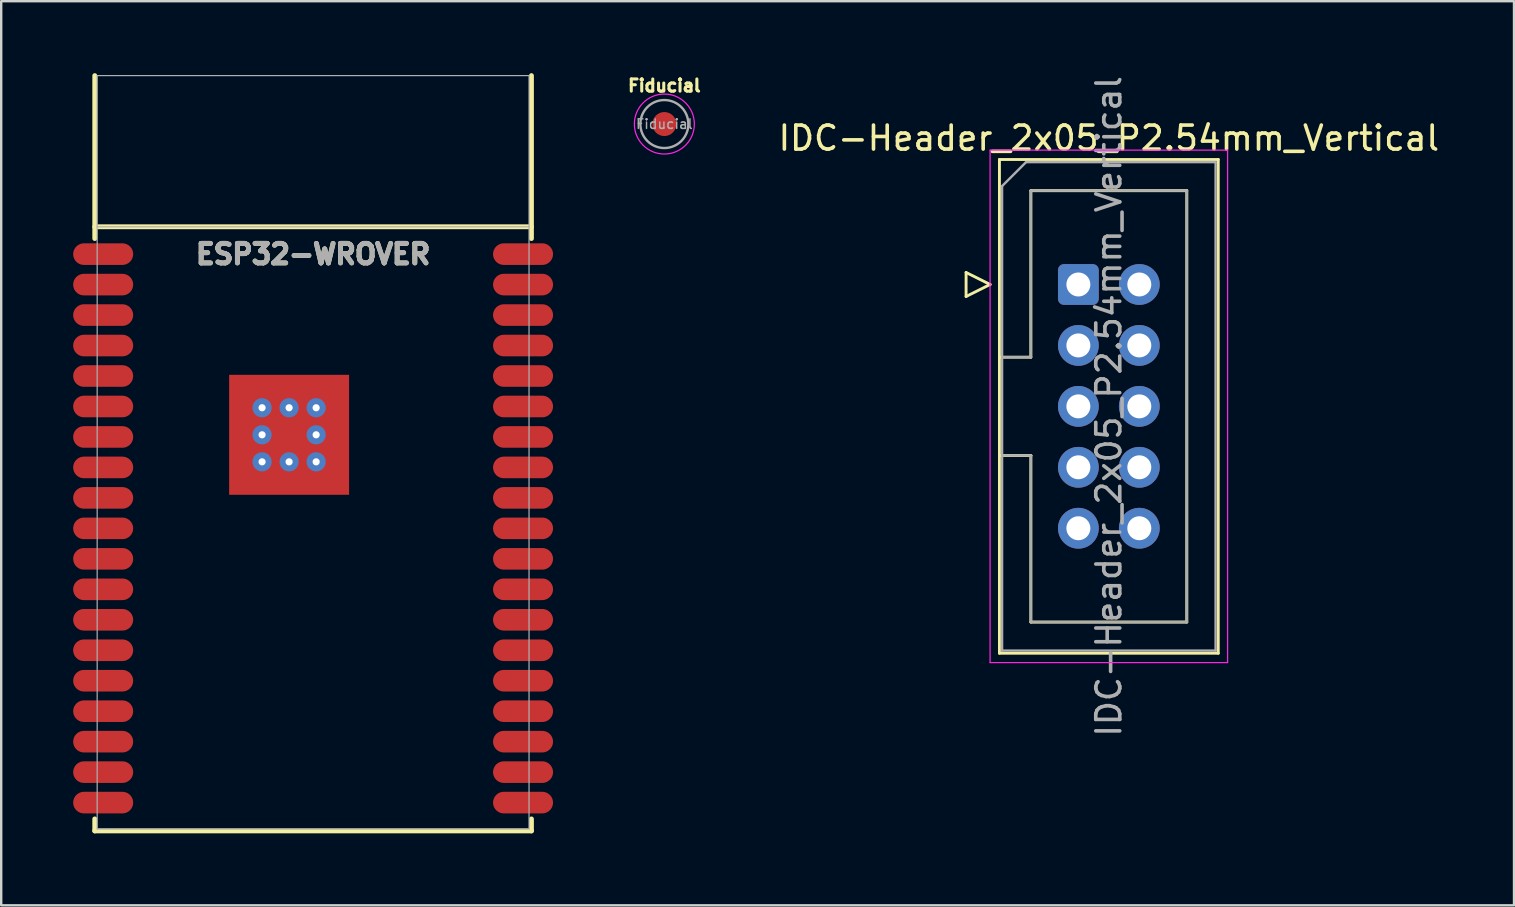
<source format=kicad_pcb>
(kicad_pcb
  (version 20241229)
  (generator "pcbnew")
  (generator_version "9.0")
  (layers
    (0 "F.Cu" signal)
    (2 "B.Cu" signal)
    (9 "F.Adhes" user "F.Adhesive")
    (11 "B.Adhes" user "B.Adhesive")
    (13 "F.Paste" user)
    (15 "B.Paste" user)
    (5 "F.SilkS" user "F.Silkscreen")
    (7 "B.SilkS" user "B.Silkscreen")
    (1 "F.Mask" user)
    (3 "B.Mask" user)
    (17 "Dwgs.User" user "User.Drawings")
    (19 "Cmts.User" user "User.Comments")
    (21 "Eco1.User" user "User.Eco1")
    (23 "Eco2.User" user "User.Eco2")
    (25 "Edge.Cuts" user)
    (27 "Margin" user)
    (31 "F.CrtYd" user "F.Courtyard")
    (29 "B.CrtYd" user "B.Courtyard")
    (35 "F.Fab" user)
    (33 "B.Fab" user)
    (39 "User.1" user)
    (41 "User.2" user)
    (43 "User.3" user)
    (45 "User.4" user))
  (footprint "Fiducial"
    (layer "F.Cu")
    (at 24.64 2.12)
    (property "Reference" "Fiducial" (at 0 -1.6 0) (layer "F.SilkS") (effects (font (size 0.508 0.508) (thickness 0.127))))
    (attr exclude_from_pos_files exclude_from_bom)
    (fp_circle (center 0 0) (end 1.25 0) (stroke (width 0.05) (type solid)) (fill no) (layer "F.CrtYd"))
    (fp_circle (center 0 0) (end 1 0) (stroke (width 0.1) (type solid)) (fill no) (layer "F.Fab"))
    (fp_text user "${REFERENCE}" (at 0 0 0) (layer "F.Fab") (effects (font (size 0.4 0.4) (thickness 0.06))))
    (pad "~" smd circle (at 0 0) (size 1 1) (layers "F.Cu" "F.Mask")))
  (footprint "ESP32-WROVER"
    (layer "F.Cu")
    (at 10 7.542)
    (property "Reference" "ESP32-WROVER" (at 0 0 0) (layer "F.Fab") (effects (font (size 0.813 0.813) (thickness 0.203))))
    (attr smd)
    (fp_line (start -9.1 -1.14) (end 9.1 -1.14) (stroke (width 0.203) (type solid)) (layer "F.SilkS"))
    (fp_line (start -9.1 -0.65) (end -9.1 -7.44) (stroke (width 0.203) (type solid)) (layer "F.SilkS"))
    (fp_line (start -9.1 24.04) (end -9.1 23.54) (stroke (width 0.203) (type solid)) (layer "F.SilkS"))
    (fp_line (start 9.1 -0.65) (end 9.1 -7.44) (stroke (width 0.203) (type solid)) (layer "F.SilkS"))
    (fp_line (start 9.1 24.04) (end -9.1 24.04) (stroke (width 0.203) (type solid)) (layer "F.SilkS"))
    (fp_line (start 9.1 24.04) (end 9.1 23.54) (stroke (width 0.203) (type solid)) (layer "F.SilkS"))
    (fp_line (start -9 -7.44) (end -9 23.96) (stroke (width 0.05) (type solid)) (layer "F.Fab"))
    (fp_line (start -9 -1.14) (end 9 -1.14) (stroke (width 0.05) (type solid)) (layer "F.Fab"))
    (fp_line (start -9 23.96) (end 9 23.96) (stroke (width 0.05) (type solid)) (layer "F.Fab"))
    (fp_line (start 9 -7.44) (end -9 -7.44) (stroke (width 0.05) (type solid)) (layer "F.Fab"))
    (fp_line (start 9 23.96) (end 9 -7.44) (stroke (width 0.05) (type solid)) (layer "F.Fab"))
    (fp_text user "${REFERENCE}" (at 0 0 0) (layer "F.SilkS") (effects (font (size 0.813 0.813) (thickness 0.203))))
    (pad "1" smd oval (at -8.75 0) (size 2.5 0.9) (layers "F.Cu" "F.Mask" "F.Paste"))
    (pad "2" smd oval (at -8.75 1.27) (size 2.5 0.9) (layers "F.Cu" "F.Mask" "F.Paste"))
    (pad "3" smd oval (at -8.75 2.54) (size 2.5 0.9) (layers "F.Cu" "F.Mask" "F.Paste"))
    (pad "4" smd oval (at -8.75 3.81) (size 2.5 0.9) (layers "F.Cu" "F.Mask" "F.Paste"))
    (pad "5" smd oval (at -8.75 5.08) (size 2.5 0.9) (layers "F.Cu" "F.Mask" "F.Paste"))
    (pad "6" smd oval (at -8.75 6.35) (size 2.5 0.9) (layers "F.Cu" "F.Mask" "F.Paste"))
    (pad "7" smd oval (at -8.75 7.62) (size 2.5 0.9) (layers "F.Cu" "F.Mask" "F.Paste"))
    (pad "8" smd oval (at -8.75 8.89) (size 2.5 0.9) (layers "F.Cu" "F.Mask" "F.Paste"))
    (pad "9" smd oval (at -8.75 10.16) (size 2.5 0.9) (layers "F.Cu" "F.Mask" "F.Paste"))
    (pad "10" smd oval (at -8.75 11.43) (size 2.5 0.9) (layers "F.Cu" "F.Mask" "F.Paste"))
    (pad "11" smd oval (at -8.75 12.7) (size 2.5 0.9) (layers "F.Cu" "F.Mask" "F.Paste"))
    (pad "12" smd oval (at -8.75 13.97) (size 2.5 0.9) (layers "F.Cu" "F.Mask" "F.Paste"))
    (pad "13" smd oval (at -8.75 15.24) (size 2.5 0.9) (layers "F.Cu" "F.Mask" "F.Paste"))
    (pad "14" smd oval (at -8.75 16.51) (size 2.5 0.9) (layers "F.Cu" "F.Mask" "F.Paste"))
    (pad "15" smd oval (at -8.75 17.78) (size 2.5 0.9) (layers "F.Cu" "F.Mask" "F.Paste"))
    (pad "16" smd oval (at -8.75 19.05) (size 2.5 0.9) (layers "F.Cu" "F.Mask" "F.Paste"))
    (pad "17" smd oval (at -8.75 20.32) (size 2.5 0.9) (layers "F.Cu" "F.Mask" "F.Paste"))
    (pad "18" smd oval (at -8.75 21.59) (size 2.5 0.9) (layers "F.Cu" "F.Mask" "F.Paste"))
    (pad "19" smd oval (at -8.75 22.86) (size 2.5 0.9) (layers "F.Cu" "F.Mask" "F.Paste"))
    (pad "20" smd oval (at 8.75 22.86) (size 2.5 0.9) (layers "F.Cu" "F.Mask" "F.Paste"))
    (pad "21" smd oval (at 8.75 21.59) (size 2.5 0.9) (layers "F.Cu" "F.Mask" "F.Paste"))
    (pad "22" smd oval (at 8.75 20.32) (size 2.5 0.9) (layers "F.Cu" "F.Mask" "F.Paste"))
    (pad "23" smd oval (at 8.75 19.05) (size 2.5 0.9) (layers "F.Cu" "F.Mask" "F.Paste"))
    (pad "24" smd oval (at 8.75 17.78) (size 2.5 0.9) (layers "F.Cu" "F.Mask" "F.Paste"))
    (pad "25" smd oval (at 8.75 16.51) (size 2.5 0.9) (layers "F.Cu" "F.Mask" "F.Paste"))
    (pad "26" smd oval (at 8.75 15.24) (size 2.5 0.9) (layers "F.Cu" "F.Mask" "F.Paste"))
    (pad "27" smd oval (at 8.75 13.97) (size 2.5 0.9) (layers "F.Cu" "F.Mask" "F.Paste"))
    (pad "28" smd oval (at 8.75 12.7) (size 2.5 0.9) (layers "F.Cu" "F.Mask" "F.Paste"))
    (pad "29" smd oval (at 8.75 11.43) (size 2.5 0.9) (layers "F.Cu" "F.Mask" "F.Paste"))
    (pad "30" smd oval (at 8.75 10.16) (size 2.5 0.9) (layers "F.Cu" "F.Mask" "F.Paste"))
    (pad "31" smd oval (at 8.75 8.89) (size 2.5 0.9) (layers "F.Cu" "F.Mask" "F.Paste"))
    (pad "32" smd oval (at 8.75 7.62) (size 2.5 0.9) (layers "F.Cu" "F.Mask" "F.Paste"))
    (pad "33" smd oval (at 8.75 6.35) (size 2.5 0.9) (layers "F.Cu" "F.Mask" "F.Paste"))
    (pad "34" smd oval (at 8.75 5.08) (size 2.5 0.9) (layers "F.Cu" "F.Mask" "F.Paste"))
    (pad "35" smd oval (at 8.75 3.81) (size 2.5 0.9) (layers "F.Cu" "F.Mask" "F.Paste"))
    (pad "36" smd oval (at 8.75 2.54) (size 2.5 0.9) (layers "F.Cu" "F.Mask" "F.Paste"))
    (pad "37" smd oval (at 8.75 1.27) (size 2.5 0.9) (layers "F.Cu" "F.Mask" "F.Paste"))
    (pad "38" smd oval (at 8.75 0) (size 2.5 0.9) (layers "F.Cu" "F.Mask" "F.Paste"))
    (pad "39" smd rect (at -3.032 7.53) (size 0.5 3) (layers "F.Cu" "F.Mask" "F.Paste"))
    (pad "39" thru_hole circle (at -2.127 6.403) (size 0.8 0.8) (drill 0.3) (layers "*.Cu" "F.Mask"))
    (pad "39" thru_hole circle (at -2.127 7.53) (size 0.8 0.8) (drill 0.3) (layers "*.Cu" "F.Mask"))
    (pad "39" thru_hole circle (at -2.127 8.657) (size 0.8 0.8) (drill 0.3) (layers "*.Cu" "F.Mask"))
    (pad "39" smd rect (at -1 5.498) (size 3 0.5) (layers "F.Cu" "F.Mask" "F.Paste"))
    (pad "39" thru_hole circle (at -1 6.403) (size 0.8 0.8) (drill 0.3) (layers "*.Cu" "F.Mask"))
    (pad "39" smd rect (at -1 7.53) (size 1.5 1.5) (layers "F.Cu" "F.Mask" "F.Paste"))
    (pad "39" smd rect (at -1 7.53) (size 5 5) (layers "F.Cu" "F.Mask"))
    (pad "39" thru_hole circle (at -1 8.657) (size 0.8 0.8) (drill 0.3) (layers "*.Cu" "F.Mask"))
    (pad "39" smd rect (at -1 9.562) (size 3 0.5) (layers "F.Cu" "F.Mask" "F.Paste"))
    (pad "39" thru_hole circle (at 0.127 6.403) (size 0.8 0.8) (drill 0.3) (layers "*.Cu" "F.Mask"))
    (pad "39" thru_hole circle (at 0.127 7.53) (size 0.8 0.8) (drill 0.3) (layers "*.Cu" "F.Mask"))
    (pad "39" thru_hole circle (at 0.127 8.657) (size 0.8 0.8) (drill 0.3) (layers "*.Cu" "F.Mask"))
    (pad "39" smd rect (at 1.159 7.53) (size 0.5 3) (layers "F.Cu" "F.Mask" "F.Paste")))
  (footprint "IDC-Header_2x05_P2.54mm_Vertical"
    (layer "F.Cu")
    (at 41.896 8.807)
    (property "Reference" "IDC-Header_2x05_P2.54mm_Vertical" (at 1.27 -6.1 0) (layer "F.SilkS") (effects (font (size 1 1) (thickness 0.15))))
    (attr through_hole)
    (fp_line (start -4.68 -0.5) (end -4.68 0.5) (stroke (width 0.12) (type solid)) (layer "F.SilkS"))
    (fp_line (start -4.68 0.5) (end -3.68 0) (stroke (width 0.12) (type solid)) (layer "F.SilkS"))
    (fp_line (start -3.68 0) (end -4.68 -0.5) (stroke (width 0.12) (type solid)) (layer "F.SilkS"))
    (fp_line (start -3.29 -5.21) (end 5.83 -5.21) (stroke (width 0.12) (type solid)) (layer "F.SilkS"))
    (fp_line (start -3.29 3.03) (end -1.98 3.03) (stroke (width 0.12) (type solid)) (layer "F.SilkS"))
    (fp_line (start -3.29 15.37) (end -3.29 -5.21) (stroke (width 0.12) (type solid)) (layer "F.SilkS"))
    (fp_line (start -1.98 -3.91) (end 4.52 -3.91) (stroke (width 0.12) (type solid)) (layer "F.SilkS"))
    (fp_line (start -1.98 3.03) (end -1.98 -3.91) (stroke (width 0.12) (type solid)) (layer "F.SilkS"))
    (fp_line (start -1.98 7.13) (end -3.29 7.13) (stroke (width 0.12) (type solid)) (layer "F.SilkS"))
    (fp_line (start -1.98 7.13) (end -1.98 7.13) (stroke (width 0.12) (type solid)) (layer "F.SilkS"))
    (fp_line (start -1.98 14.07) (end -1.98 7.13) (stroke (width 0.12) (type solid)) (layer "F.SilkS"))
    (fp_line (start 4.52 -3.91) (end 4.52 14.07) (stroke (width 0.12) (type solid)) (layer "F.SilkS"))
    (fp_line (start 4.52 14.07) (end -1.98 14.07) (stroke (width 0.12) (type solid)) (layer "F.SilkS"))
    (fp_line (start 5.83 -5.21) (end 5.83 15.37) (stroke (width 0.12) (type solid)) (layer "F.SilkS"))
    (fp_line (start 5.83 15.37) (end -3.29 15.37) (stroke (width 0.12) (type solid)) (layer "F.SilkS"))
    (fp_line (start -3.68 -5.6) (end -3.68 15.76) (stroke (width 0.05) (type solid)) (layer "F.CrtYd"))
    (fp_line (start -3.68 15.76) (end 6.22 15.76) (stroke (width 0.05) (type solid)) (layer "F.CrtYd"))
    (fp_line (start 6.22 -5.6) (end -3.68 -5.6) (stroke (width 0.05) (type solid)) (layer "F.CrtYd"))
    (fp_line (start 6.22 15.76) (end 6.22 -5.6) (stroke (width 0.05) (type solid)) (layer "F.CrtYd"))
    (fp_line (start -3.18 -4.1) (end -2.18 -5.1) (stroke (width 0.1) (type solid)) (layer "F.Fab"))
    (fp_line (start -3.18 3.03) (end -1.98 3.03) (stroke (width 0.1) (type solid)) (layer "F.Fab"))
    (fp_line (start -3.18 15.26) (end -3.18 -4.1) (stroke (width 0.1) (type solid)) (layer "F.Fab"))
    (fp_line (start -2.18 -5.1) (end 5.72 -5.1) (stroke (width 0.1) (type solid)) (layer "F.Fab"))
    (fp_line (start -1.98 -3.91) (end 4.52 -3.91) (stroke (width 0.1) (type solid)) (layer "F.Fab"))
    (fp_line (start -1.98 3.03) (end -1.98 -3.91) (stroke (width 0.1) (type solid)) (layer "F.Fab"))
    (fp_line (start -1.98 7.13) (end -3.18 7.13) (stroke (width 0.1) (type solid)) (layer "F.Fab"))
    (fp_line (start -1.98 7.13) (end -1.98 7.13) (stroke (width 0.1) (type solid)) (layer "F.Fab"))
    (fp_line (start -1.98 14.07) (end -1.98 7.13) (stroke (width 0.1) (type solid)) (layer "F.Fab"))
    (fp_line (start 4.52 -3.91) (end 4.52 14.07) (stroke (width 0.1) (type solid)) (layer "F.Fab"))
    (fp_line (start 4.52 14.07) (end -1.98 14.07) (stroke (width 0.1) (type solid)) (layer "F.Fab"))
    (fp_line (start 5.72 -5.1) (end 5.72 15.26) (stroke (width 0.1) (type solid)) (layer "F.Fab"))
    (fp_line (start 5.72 15.26) (end -3.18 15.26) (stroke (width 0.1) (type solid)) (layer "F.Fab"))
    (fp_text user "${REFERENCE}" (at 1.27 5.08 90) (layer "F.Fab") (effects (font (size 1 1) (thickness 0.15))))
    (pad "1" thru_hole roundrect (at 0 0) (size 1.7 1.7) (drill 1) (layers "*.Cu" "*.Mask") (roundrect_rratio 0.147))
    (pad "2" thru_hole circle (at 2.54 0) (size 1.7 1.7) (drill 1) (layers "*.Cu" "*.Mask"))
    (pad "3" thru_hole circle (at 0 2.54) (size 1.7 1.7) (drill 1) (layers "*.Cu" "*.Mask"))
    (pad "4" thru_hole circle (at 2.54 2.54) (size 1.7 1.7) (drill 1) (layers "*.Cu" "*.Mask"))
    (pad "5" thru_hole circle (at 0 5.08) (size 1.7 1.7) (drill 1) (layers "*.Cu" "*.Mask"))
    (pad "6" thru_hole circle (at 2.54 5.08) (size 1.7 1.7) (drill 1) (layers "*.Cu" "*.Mask"))
    (pad "7" thru_hole circle (at 0 7.62) (size 1.7 1.7) (drill 1) (layers "*.Cu" "*.Mask"))
    (pad "8" thru_hole circle (at 2.54 7.62) (size 1.7 1.7) (drill 1) (layers "*.Cu" "*.Mask"))
    (pad "9" thru_hole circle (at 0 10.16) (size 1.7 1.7) (drill 1) (layers "*.Cu" "*.Mask"))
    (pad "10" thru_hole circle (at 2.54 10.16) (size 1.7 1.7) (drill 1) (layers "*.Cu" "*.Mask")))
  (gr_rect
    (start -3 -3)
    (end 60.053 34.683)
    (stroke (width 0.1) (type default))
    (fill no)
    (layer "Edge.Cuts")))
</source>
